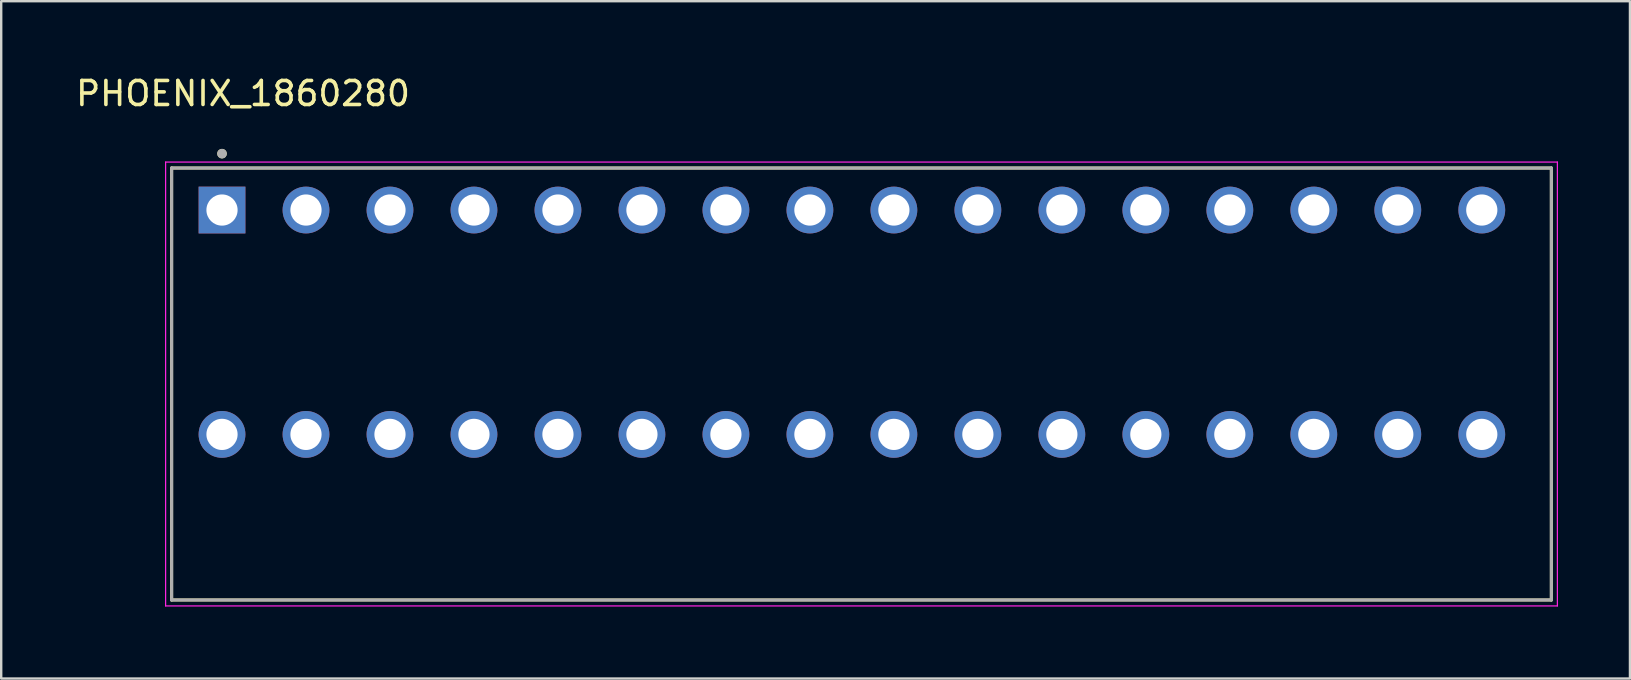
<source format=kicad_pcb>
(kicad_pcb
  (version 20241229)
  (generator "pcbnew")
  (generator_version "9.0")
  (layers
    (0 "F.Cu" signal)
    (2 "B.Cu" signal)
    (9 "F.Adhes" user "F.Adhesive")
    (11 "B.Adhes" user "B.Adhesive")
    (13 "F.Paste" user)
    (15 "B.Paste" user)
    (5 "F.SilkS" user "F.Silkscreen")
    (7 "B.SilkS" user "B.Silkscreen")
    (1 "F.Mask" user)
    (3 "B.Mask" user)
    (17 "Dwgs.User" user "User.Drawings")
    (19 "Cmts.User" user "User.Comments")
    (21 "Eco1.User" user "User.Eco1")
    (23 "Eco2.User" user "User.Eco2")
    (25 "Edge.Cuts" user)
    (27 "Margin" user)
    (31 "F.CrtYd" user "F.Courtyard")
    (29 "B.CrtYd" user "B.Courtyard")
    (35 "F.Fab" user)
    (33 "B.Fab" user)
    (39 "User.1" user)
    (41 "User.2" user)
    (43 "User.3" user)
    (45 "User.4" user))
  (footprint "PHOENIX_1860280"
    (layer "F.Cu")
    (at 4.102 21.953)
    (property "Reference" "PHOENIX_1860280" (at 2.975 -21.105 0) (layer "F.SilkS") (effects (font (size 1 1) (thickness 0.15))))
    (attr through_hole)
    (fp_line (start 0 -18) (end 57.5 -18) (stroke (width 0.127) (type solid)) (layer "F.SilkS"))
    (fp_line (start 0 0) (end 0 -18) (stroke (width 0.127) (type solid)) (layer "F.SilkS"))
    (fp_line (start 57.5 -18) (end 57.5 0) (stroke (width 0.127) (type solid)) (layer "F.SilkS"))
    (fp_line (start 57.5 0) (end 0 0) (stroke (width 0.127) (type solid)) (layer "F.SilkS"))
    (fp_circle (center 2.1 -18.6) (end 2.2 -18.6) (stroke (width 0.2) (type solid)) (fill no) (layer "F.SilkS"))
    (fp_line (start -0.25 -18.25) (end -0.25 0.25) (stroke (width 0.05) (type solid)) (layer "F.CrtYd"))
    (fp_line (start -0.25 0.25) (end 57.75 0.25) (stroke (width 0.05) (type solid)) (layer "F.CrtYd"))
    (fp_line (start 57.75 -18.25) (end -0.25 -18.25) (stroke (width 0.05) (type solid)) (layer "F.CrtYd"))
    (fp_line (start 57.75 0.25) (end 57.75 -18.25) (stroke (width 0.05) (type solid)) (layer "F.CrtYd"))
    (fp_line (start 0 -18) (end 57.5 -18) (stroke (width 0.127) (type solid)) (layer "F.Fab"))
    (fp_line (start 0 0) (end 0 -18) (stroke (width 0.127) (type solid)) (layer "F.Fab"))
    (fp_line (start 57.5 -18) (end 57.5 0) (stroke (width 0.127) (type solid)) (layer "F.Fab"))
    (fp_line (start 57.5 0) (end 0 0) (stroke (width 0.127) (type solid)) (layer "F.Fab"))
    (fp_circle (center 2.1 -18.6) (end 2.2 -18.6) (stroke (width 0.2) (type solid)) (fill no) (layer "F.Fab"))
    (pad "1" thru_hole rect (at 2.1 -16.25) (size 1.95 1.95) (drill 1.3) (layers "*.Cu" "*.Mask"))
    (pad "2" thru_hole circle (at 2.1 -6.9) (size 1.95 1.95) (drill 1.3) (layers "*.Cu" "*.Mask"))
    (pad "3" thru_hole circle (at 5.6 -16.25) (size 1.95 1.95) (drill 1.3) (layers "*.Cu" "*.Mask"))
    (pad "4" thru_hole circle (at 5.6 -6.9) (size 1.95 1.95) (drill 1.3) (layers "*.Cu" "*.Mask"))
    (pad "5" thru_hole circle (at 9.1 -16.25) (size 1.95 1.95) (drill 1.3) (layers "*.Cu" "*.Mask"))
    (pad "6" thru_hole circle (at 9.1 -6.9) (size 1.95 1.95) (drill 1.3) (layers "*.Cu" "*.Mask"))
    (pad "7" thru_hole circle (at 12.6 -16.25) (size 1.95 1.95) (drill 1.3) (layers "*.Cu" "*.Mask"))
    (pad "8" thru_hole circle (at 12.6 -6.9) (size 1.95 1.95) (drill 1.3) (layers "*.Cu" "*.Mask"))
    (pad "9" thru_hole circle (at 16.1 -16.25) (size 1.95 1.95) (drill 1.3) (layers "*.Cu" "*.Mask"))
    (pad "10" thru_hole circle (at 16.1 -6.9) (size 1.95 1.95) (drill 1.3) (layers "*.Cu" "*.Mask"))
    (pad "11" thru_hole circle (at 19.6 -16.25) (size 1.95 1.95) (drill 1.3) (layers "*.Cu" "*.Mask"))
    (pad "12" thru_hole circle (at 19.6 -6.9) (size 1.95 1.95) (drill 1.3) (layers "*.Cu" "*.Mask"))
    (pad "13" thru_hole circle (at 23.1 -16.25) (size 1.95 1.95) (drill 1.3) (layers "*.Cu" "*.Mask"))
    (pad "14" thru_hole circle (at 23.1 -6.9) (size 1.95 1.95) (drill 1.3) (layers "*.Cu" "*.Mask"))
    (pad "15" thru_hole circle (at 26.6 -16.25) (size 1.95 1.95) (drill 1.3) (layers "*.Cu" "*.Mask"))
    (pad "16" thru_hole circle (at 26.6 -6.9) (size 1.95 1.95) (drill 1.3) (layers "*.Cu" "*.Mask"))
    (pad "17" thru_hole circle (at 30.1 -16.25) (size 1.95 1.95) (drill 1.3) (layers "*.Cu" "*.Mask"))
    (pad "18" thru_hole circle (at 30.1 -6.9) (size 1.95 1.95) (drill 1.3) (layers "*.Cu" "*.Mask"))
    (pad "19" thru_hole circle (at 33.6 -16.25) (size 1.95 1.95) (drill 1.3) (layers "*.Cu" "*.Mask"))
    (pad "20" thru_hole circle (at 33.6 -6.9) (size 1.95 1.95) (drill 1.3) (layers "*.Cu" "*.Mask"))
    (pad "21" thru_hole circle (at 37.1 -16.25) (size 1.95 1.95) (drill 1.3) (layers "*.Cu" "*.Mask"))
    (pad "22" thru_hole circle (at 37.1 -6.9) (size 1.95 1.95) (drill 1.3) (layers "*.Cu" "*.Mask"))
    (pad "23" thru_hole circle (at 40.6 -16.25) (size 1.95 1.95) (drill 1.3) (layers "*.Cu" "*.Mask"))
    (pad "24" thru_hole circle (at 40.6 -6.9) (size 1.95 1.95) (drill 1.3) (layers "*.Cu" "*.Mask"))
    (pad "25" thru_hole circle (at 44.1 -16.25) (size 1.95 1.95) (drill 1.3) (layers "*.Cu" "*.Mask"))
    (pad "26" thru_hole circle (at 44.1 -6.9) (size 1.95 1.95) (drill 1.3) (layers "*.Cu" "*.Mask"))
    (pad "27" thru_hole circle (at 47.6 -16.25) (size 1.95 1.95) (drill 1.3) (layers "*.Cu" "*.Mask"))
    (pad "28" thru_hole circle (at 47.6 -6.9) (size 1.95 1.95) (drill 1.3) (layers "*.Cu" "*.Mask"))
    (pad "29" thru_hole circle (at 51.1 -16.25) (size 1.95 1.95) (drill 1.3) (layers "*.Cu" "*.Mask"))
    (pad "30" thru_hole circle (at 51.1 -6.9) (size 1.95 1.95) (drill 1.3) (layers "*.Cu" "*.Mask"))
    (pad "31" thru_hole circle (at 54.6 -16.25) (size 1.95 1.95) (drill 1.3) (layers "*.Cu" "*.Mask"))
    (pad "32" thru_hole circle (at 54.6 -6.9) (size 1.95 1.95) (drill 1.3) (layers "*.Cu" "*.Mask")))
  (gr_rect
    (start -3 -3)
    (end 64.877 25.228)
    (stroke (width 0.1) (type default))
    (fill no)
    (layer "Edge.Cuts")))
</source>
